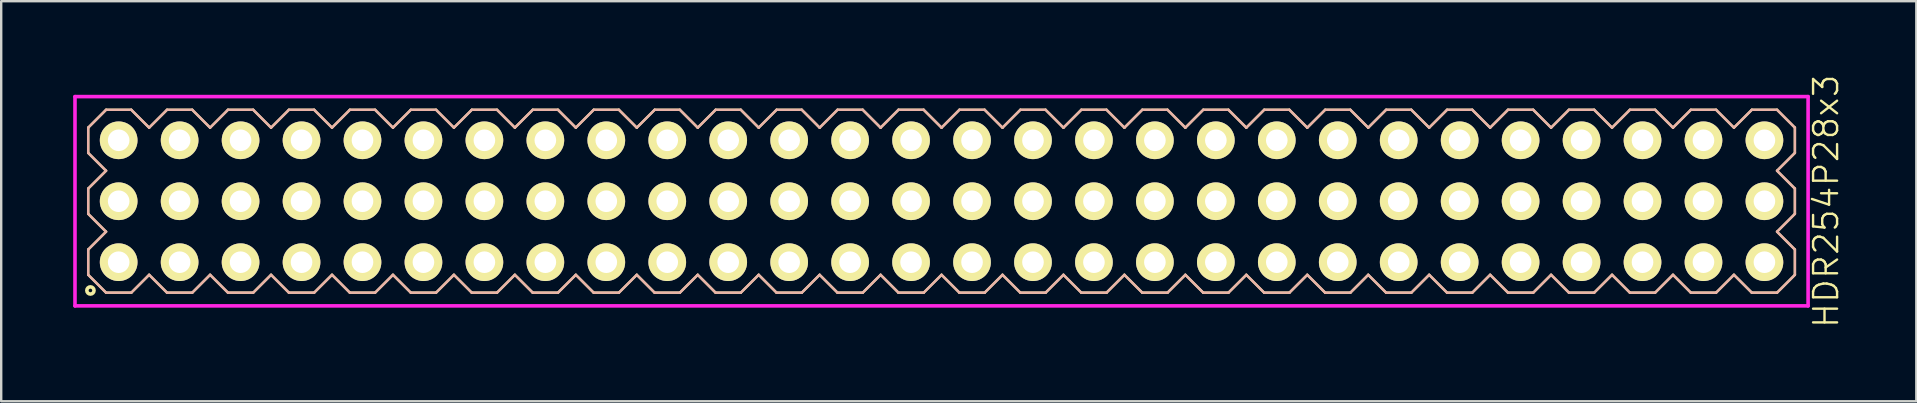
<source format=kicad_pcb>
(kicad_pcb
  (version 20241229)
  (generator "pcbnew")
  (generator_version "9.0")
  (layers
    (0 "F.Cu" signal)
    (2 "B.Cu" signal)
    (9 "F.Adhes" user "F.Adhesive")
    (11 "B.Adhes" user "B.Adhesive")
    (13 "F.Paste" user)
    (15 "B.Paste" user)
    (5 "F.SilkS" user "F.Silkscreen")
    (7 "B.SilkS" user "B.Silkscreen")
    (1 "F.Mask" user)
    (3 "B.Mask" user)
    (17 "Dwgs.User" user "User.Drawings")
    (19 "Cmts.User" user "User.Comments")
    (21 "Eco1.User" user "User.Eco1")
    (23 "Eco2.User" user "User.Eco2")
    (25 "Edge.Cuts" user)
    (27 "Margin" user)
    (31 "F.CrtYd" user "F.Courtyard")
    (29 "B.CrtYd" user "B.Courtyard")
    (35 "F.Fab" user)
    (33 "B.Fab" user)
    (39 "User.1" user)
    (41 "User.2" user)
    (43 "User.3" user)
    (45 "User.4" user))
  (footprint "HDR254P28x3"
    (layer "F.Cu")
    (at 36.185 5.336)
    (property "Reference" "HDR254P28x3" (at 36.86 0 90) (layer "F.SilkS") (effects (font (size 1 1) (thickness 0.1))))
    (attr through_hole)
    (fp_line (start -35.56 -3.066) (end -34.816 -3.81) (stroke (width 0.1) (type solid)) (layer "F.SilkS"))
    (fp_line (start -35.56 -2.014) (end -35.56 -3.066) (stroke (width 0.1) (type solid)) (layer "F.SilkS"))
    (fp_line (start -35.56 -0.526) (end -34.816 -1.27) (stroke (width 0.1) (type solid)) (layer "F.SilkS"))
    (fp_line (start -35.56 0.526) (end -35.56 -0.526) (stroke (width 0.1) (type solid)) (layer "F.SilkS"))
    (fp_line (start -35.56 2.014) (end -34.816 1.27) (stroke (width 0.1) (type solid)) (layer "F.SilkS"))
    (fp_line (start -35.56 3.066) (end -35.56 2.014) (stroke (width 0.1) (type solid)) (layer "F.SilkS"))
    (fp_line (start -34.816 -3.81) (end -33.764 -3.81) (stroke (width 0.1) (type solid)) (layer "F.SilkS"))
    (fp_line (start -34.816 -1.27) (end -35.56 -2.014) (stroke (width 0.1) (type solid)) (layer "F.SilkS"))
    (fp_line (start -34.816 1.27) (end -35.56 0.526) (stroke (width 0.1) (type solid)) (layer "F.SilkS"))
    (fp_line (start -34.816 3.81) (end -35.56 3.066) (stroke (width 0.1) (type solid)) (layer "F.SilkS"))
    (fp_line (start -33.764 -3.81) (end -33.02 -3.066) (stroke (width 0.1) (type solid)) (layer "F.SilkS"))
    (fp_line (start -33.764 3.81) (end -34.816 3.81) (stroke (width 0.1) (type solid)) (layer "F.SilkS"))
    (fp_line (start -33.02 -3.066) (end -32.276 -3.81) (stroke (width 0.1) (type solid)) (layer "F.SilkS"))
    (fp_line (start -33.02 3.066) (end -33.764 3.81) (stroke (width 0.1) (type solid)) (layer "F.SilkS"))
    (fp_line (start -32.276 -3.81) (end -31.224 -3.81) (stroke (width 0.1) (type solid)) (layer "F.SilkS"))
    (fp_line (start -32.276 3.81) (end -33.02 3.066) (stroke (width 0.1) (type solid)) (layer "F.SilkS"))
    (fp_line (start -31.224 -3.81) (end -30.48 -3.066) (stroke (width 0.1) (type solid)) (layer "F.SilkS"))
    (fp_line (start -31.224 3.81) (end -32.276 3.81) (stroke (width 0.1) (type solid)) (layer "F.SilkS"))
    (fp_line (start -30.48 -3.066) (end -29.736 -3.81) (stroke (width 0.1) (type solid)) (layer "F.SilkS"))
    (fp_line (start -30.48 3.066) (end -31.224 3.81) (stroke (width 0.1) (type solid)) (layer "F.SilkS"))
    (fp_line (start -29.736 -3.81) (end -28.684 -3.81) (stroke (width 0.1) (type solid)) (layer "F.SilkS"))
    (fp_line (start -29.736 3.81) (end -30.48 3.066) (stroke (width 0.1) (type solid)) (layer "F.SilkS"))
    (fp_line (start -28.684 -3.81) (end -27.94 -3.066) (stroke (width 0.1) (type solid)) (layer "F.SilkS"))
    (fp_line (start -28.684 3.81) (end -29.736 3.81) (stroke (width 0.1) (type solid)) (layer "F.SilkS"))
    (fp_line (start -27.94 -3.066) (end -27.196 -3.81) (stroke (width 0.1) (type solid)) (layer "F.SilkS"))
    (fp_line (start -27.94 3.066) (end -28.684 3.81) (stroke (width 0.1) (type solid)) (layer "F.SilkS"))
    (fp_line (start -27.196 -3.81) (end -26.144 -3.81) (stroke (width 0.1) (type solid)) (layer "F.SilkS"))
    (fp_line (start -27.196 3.81) (end -27.94 3.066) (stroke (width 0.1) (type solid)) (layer "F.SilkS"))
    (fp_line (start -26.144 -3.81) (end -25.4 -3.066) (stroke (width 0.1) (type solid)) (layer "F.SilkS"))
    (fp_line (start -26.144 3.81) (end -27.196 3.81) (stroke (width 0.1) (type solid)) (layer "F.SilkS"))
    (fp_line (start -25.4 -3.066) (end -24.656 -3.81) (stroke (width 0.1) (type solid)) (layer "F.SilkS"))
    (fp_line (start -25.4 3.066) (end -26.144 3.81) (stroke (width 0.1) (type solid)) (layer "F.SilkS"))
    (fp_line (start -24.656 -3.81) (end -23.604 -3.81) (stroke (width 0.1) (type solid)) (layer "F.SilkS"))
    (fp_line (start -24.656 3.81) (end -25.4 3.066) (stroke (width 0.1) (type solid)) (layer "F.SilkS"))
    (fp_line (start -23.604 -3.81) (end -22.86 -3.066) (stroke (width 0.1) (type solid)) (layer "F.SilkS"))
    (fp_line (start -23.604 3.81) (end -24.656 3.81) (stroke (width 0.1) (type solid)) (layer "F.SilkS"))
    (fp_line (start -22.86 -3.066) (end -22.116 -3.81) (stroke (width 0.1) (type solid)) (layer "F.SilkS"))
    (fp_line (start -22.86 3.066) (end -23.604 3.81) (stroke (width 0.1) (type solid)) (layer "F.SilkS"))
    (fp_line (start -22.116 -3.81) (end -21.064 -3.81) (stroke (width 0.1) (type solid)) (layer "F.SilkS"))
    (fp_line (start -22.116 3.81) (end -22.86 3.066) (stroke (width 0.1) (type solid)) (layer "F.SilkS"))
    (fp_line (start -21.064 -3.81) (end -20.32 -3.066) (stroke (width 0.1) (type solid)) (layer "F.SilkS"))
    (fp_line (start -21.064 3.81) (end -22.116 3.81) (stroke (width 0.1) (type solid)) (layer "F.SilkS"))
    (fp_line (start -20.32 -3.066) (end -19.576 -3.81) (stroke (width 0.1) (type solid)) (layer "F.SilkS"))
    (fp_line (start -20.32 3.066) (end -21.064 3.81) (stroke (width 0.1) (type solid)) (layer "F.SilkS"))
    (fp_line (start -19.576 -3.81) (end -18.524 -3.81) (stroke (width 0.1) (type solid)) (layer "F.SilkS"))
    (fp_line (start -19.576 3.81) (end -20.32 3.066) (stroke (width 0.1) (type solid)) (layer "F.SilkS"))
    (fp_line (start -18.524 -3.81) (end -17.78 -3.066) (stroke (width 0.1) (type solid)) (layer "F.SilkS"))
    (fp_line (start -18.524 3.81) (end -19.576 3.81) (stroke (width 0.1) (type solid)) (layer "F.SilkS"))
    (fp_line (start -17.78 -3.066) (end -17.036 -3.81) (stroke (width 0.1) (type solid)) (layer "F.SilkS"))
    (fp_line (start -17.78 3.066) (end -18.524 3.81) (stroke (width 0.1) (type solid)) (layer "F.SilkS"))
    (fp_line (start -17.036 -3.81) (end -15.984 -3.81) (stroke (width 0.1) (type solid)) (layer "F.SilkS"))
    (fp_line (start -17.036 3.81) (end -17.78 3.066) (stroke (width 0.1) (type solid)) (layer "F.SilkS"))
    (fp_line (start -15.984 -3.81) (end -15.24 -3.066) (stroke (width 0.1) (type solid)) (layer "F.SilkS"))
    (fp_line (start -15.984 3.81) (end -17.036 3.81) (stroke (width 0.1) (type solid)) (layer "F.SilkS"))
    (fp_line (start -15.24 -3.066) (end -14.496 -3.81) (stroke (width 0.1) (type solid)) (layer "F.SilkS"))
    (fp_line (start -15.24 3.066) (end -15.984 3.81) (stroke (width 0.1) (type solid)) (layer "F.SilkS"))
    (fp_line (start -14.496 -3.81) (end -13.444 -3.81) (stroke (width 0.1) (type solid)) (layer "F.SilkS"))
    (fp_line (start -14.496 3.81) (end -15.24 3.066) (stroke (width 0.1) (type solid)) (layer "F.SilkS"))
    (fp_line (start -13.444 -3.81) (end -12.7 -3.066) (stroke (width 0.1) (type solid)) (layer "F.SilkS"))
    (fp_line (start -13.444 3.81) (end -14.496 3.81) (stroke (width 0.1) (type solid)) (layer "F.SilkS"))
    (fp_line (start -12.7 -3.066) (end -11.956 -3.81) (stroke (width 0.1) (type solid)) (layer "F.SilkS"))
    (fp_line (start -12.7 3.066) (end -13.444 3.81) (stroke (width 0.1) (type solid)) (layer "F.SilkS"))
    (fp_line (start -11.956 -3.81) (end -10.904 -3.81) (stroke (width 0.1) (type solid)) (layer "F.SilkS"))
    (fp_line (start -11.956 3.81) (end -12.7 3.066) (stroke (width 0.1) (type solid)) (layer "F.SilkS"))
    (fp_line (start -10.904 -3.81) (end -10.16 -3.066) (stroke (width 0.1) (type solid)) (layer "F.SilkS"))
    (fp_line (start -10.904 3.81) (end -11.956 3.81) (stroke (width 0.1) (type solid)) (layer "F.SilkS"))
    (fp_line (start -10.16 -3.066) (end -9.416 -3.81) (stroke (width 0.1) (type solid)) (layer "F.SilkS"))
    (fp_line (start -10.16 3.066) (end -10.904 3.81) (stroke (width 0.1) (type solid)) (layer "F.SilkS"))
    (fp_line (start -9.416 -3.81) (end -8.364 -3.81) (stroke (width 0.1) (type solid)) (layer "F.SilkS"))
    (fp_line (start -9.416 3.81) (end -10.16 3.066) (stroke (width 0.1) (type solid)) (layer "F.SilkS"))
    (fp_line (start -8.364 -3.81) (end -7.62 -3.066) (stroke (width 0.1) (type solid)) (layer "F.SilkS"))
    (fp_line (start -8.364 3.81) (end -9.416 3.81) (stroke (width 0.1) (type solid)) (layer "F.SilkS"))
    (fp_line (start -7.62 -3.066) (end -6.876 -3.81) (stroke (width 0.1) (type solid)) (layer "F.SilkS"))
    (fp_line (start -7.62 3.066) (end -8.364 3.81) (stroke (width 0.1) (type solid)) (layer "F.SilkS"))
    (fp_line (start -6.876 -3.81) (end -5.824 -3.81) (stroke (width 0.1) (type solid)) (layer "F.SilkS"))
    (fp_line (start -6.876 3.81) (end -7.62 3.066) (stroke (width 0.1) (type solid)) (layer "F.SilkS"))
    (fp_line (start -5.824 -3.81) (end -5.08 -3.066) (stroke (width 0.1) (type solid)) (layer "F.SilkS"))
    (fp_line (start -5.824 3.81) (end -6.876 3.81) (stroke (width 0.1) (type solid)) (layer "F.SilkS"))
    (fp_line (start -5.08 -3.066) (end -4.336 -3.81) (stroke (width 0.1) (type solid)) (layer "F.SilkS"))
    (fp_line (start -5.08 3.066) (end -5.824 3.81) (stroke (width 0.1) (type solid)) (layer "F.SilkS"))
    (fp_line (start -4.336 -3.81) (end -3.284 -3.81) (stroke (width 0.1) (type solid)) (layer "F.SilkS"))
    (fp_line (start -4.336 3.81) (end -5.08 3.066) (stroke (width 0.1) (type solid)) (layer "F.SilkS"))
    (fp_line (start -3.284 -3.81) (end -2.54 -3.066) (stroke (width 0.1) (type solid)) (layer "F.SilkS"))
    (fp_line (start -3.284 3.81) (end -4.336 3.81) (stroke (width 0.1) (type solid)) (layer "F.SilkS"))
    (fp_line (start -2.54 -3.066) (end -1.796 -3.81) (stroke (width 0.1) (type solid)) (layer "F.SilkS"))
    (fp_line (start -2.54 3.066) (end -3.284 3.81) (stroke (width 0.1) (type solid)) (layer "F.SilkS"))
    (fp_line (start -1.796 -3.81) (end -0.744 -3.81) (stroke (width 0.1) (type solid)) (layer "F.SilkS"))
    (fp_line (start -1.796 3.81) (end -2.54 3.066) (stroke (width 0.1) (type solid)) (layer "F.SilkS"))
    (fp_line (start -0.744 -3.81) (end 0 -3.066) (stroke (width 0.1) (type solid)) (layer "F.SilkS"))
    (fp_line (start -0.744 3.81) (end -1.796 3.81) (stroke (width 0.1) (type solid)) (layer "F.SilkS"))
    (fp_line (start 0 -3.066) (end 0.744 -3.81) (stroke (width 0.1) (type solid)) (layer "F.SilkS"))
    (fp_line (start 0 3.066) (end -0.744 3.81) (stroke (width 0.1) (type solid)) (layer "F.SilkS"))
    (fp_line (start 0.744 -3.81) (end 1.796 -3.81) (stroke (width 0.1) (type solid)) (layer "F.SilkS"))
    (fp_line (start 0.744 3.81) (end 0 3.066) (stroke (width 0.1) (type solid)) (layer "F.SilkS"))
    (fp_line (start 1.796 -3.81) (end 2.54 -3.066) (stroke (width 0.1) (type solid)) (layer "F.SilkS"))
    (fp_line (start 1.796 3.81) (end 0.744 3.81) (stroke (width 0.1) (type solid)) (layer "F.SilkS"))
    (fp_line (start 2.54 -3.066) (end 3.284 -3.81) (stroke (width 0.1) (type solid)) (layer "F.SilkS"))
    (fp_line (start 2.54 3.066) (end 1.796 3.81) (stroke (width 0.1) (type solid)) (layer "F.SilkS"))
    (fp_line (start 3.284 -3.81) (end 4.336 -3.81) (stroke (width 0.1) (type solid)) (layer "F.SilkS"))
    (fp_line (start 3.284 3.81) (end 2.54 3.066) (stroke (width 0.1) (type solid)) (layer "F.SilkS"))
    (fp_line (start 4.336 -3.81) (end 5.08 -3.066) (stroke (width 0.1) (type solid)) (layer "F.SilkS"))
    (fp_line (start 4.336 3.81) (end 3.284 3.81) (stroke (width 0.1) (type solid)) (layer "F.SilkS"))
    (fp_line (start 5.08 -3.066) (end 5.824 -3.81) (stroke (width 0.1) (type solid)) (layer "F.SilkS"))
    (fp_line (start 5.08 3.066) (end 4.336 3.81) (stroke (width 0.1) (type solid)) (layer "F.SilkS"))
    (fp_line (start 5.824 -3.81) (end 6.876 -3.81) (stroke (width 0.1) (type solid)) (layer "F.SilkS"))
    (fp_line (start 5.824 3.81) (end 5.08 3.066) (stroke (width 0.1) (type solid)) (layer "F.SilkS"))
    (fp_line (start 6.876 -3.81) (end 7.62 -3.066) (stroke (width 0.1) (type solid)) (layer "F.SilkS"))
    (fp_line (start 6.876 3.81) (end 5.824 3.81) (stroke (width 0.1) (type solid)) (layer "F.SilkS"))
    (fp_line (start 7.62 -3.066) (end 8.364 -3.81) (stroke (width 0.1) (type solid)) (layer "F.SilkS"))
    (fp_line (start 7.62 3.066) (end 6.876 3.81) (stroke (width 0.1) (type solid)) (layer "F.SilkS"))
    (fp_line (start 8.364 -3.81) (end 9.416 -3.81) (stroke (width 0.1) (type solid)) (layer "F.SilkS"))
    (fp_line (start 8.364 3.81) (end 7.62 3.066) (stroke (width 0.1) (type solid)) (layer "F.SilkS"))
    (fp_line (start 9.416 -3.81) (end 10.16 -3.066) (stroke (width 0.1) (type solid)) (layer "F.SilkS"))
    (fp_line (start 9.416 3.81) (end 8.364 3.81) (stroke (width 0.1) (type solid)) (layer "F.SilkS"))
    (fp_line (start 10.16 -3.066) (end 10.904 -3.81) (stroke (width 0.1) (type solid)) (layer "F.SilkS"))
    (fp_line (start 10.16 3.066) (end 9.416 3.81) (stroke (width 0.1) (type solid)) (layer "F.SilkS"))
    (fp_line (start 10.904 -3.81) (end 11.956 -3.81) (stroke (width 0.1) (type solid)) (layer "F.SilkS"))
    (fp_line (start 10.904 3.81) (end 10.16 3.066) (stroke (width 0.1) (type solid)) (layer "F.SilkS"))
    (fp_line (start 11.956 -3.81) (end 12.7 -3.066) (stroke (width 0.1) (type solid)) (layer "F.SilkS"))
    (fp_line (start 11.956 3.81) (end 10.904 3.81) (stroke (width 0.1) (type solid)) (layer "F.SilkS"))
    (fp_line (start 12.7 -3.066) (end 13.444 -3.81) (stroke (width 0.1) (type solid)) (layer "F.SilkS"))
    (fp_line (start 12.7 3.066) (end 11.956 3.81) (stroke (width 0.1) (type solid)) (layer "F.SilkS"))
    (fp_line (start 13.444 -3.81) (end 14.496 -3.81) (stroke (width 0.1) (type solid)) (layer "F.SilkS"))
    (fp_line (start 13.444 3.81) (end 12.7 3.066) (stroke (width 0.1) (type solid)) (layer "F.SilkS"))
    (fp_line (start 14.496 -3.81) (end 15.24 -3.066) (stroke (width 0.1) (type solid)) (layer "F.SilkS"))
    (fp_line (start 14.496 3.81) (end 13.444 3.81) (stroke (width 0.1) (type solid)) (layer "F.SilkS"))
    (fp_line (start 15.24 -3.066) (end 15.984 -3.81) (stroke (width 0.1) (type solid)) (layer "F.SilkS"))
    (fp_line (start 15.24 3.066) (end 14.496 3.81) (stroke (width 0.1) (type solid)) (layer "F.SilkS"))
    (fp_line (start 15.984 -3.81) (end 17.036 -3.81) (stroke (width 0.1) (type solid)) (layer "F.SilkS"))
    (fp_line (start 15.984 3.81) (end 15.24 3.066) (stroke (width 0.1) (type solid)) (layer "F.SilkS"))
    (fp_line (start 17.036 -3.81) (end 17.78 -3.066) (stroke (width 0.1) (type solid)) (layer "F.SilkS"))
    (fp_line (start 17.036 3.81) (end 15.984 3.81) (stroke (width 0.1) (type solid)) (layer "F.SilkS"))
    (fp_line (start 17.78 -3.066) (end 18.524 -3.81) (stroke (width 0.1) (type solid)) (layer "F.SilkS"))
    (fp_line (start 17.78 3.066) (end 17.036 3.81) (stroke (width 0.1) (type solid)) (layer "F.SilkS"))
    (fp_line (start 18.524 -3.81) (end 19.576 -3.81) (stroke (width 0.1) (type solid)) (layer "F.SilkS"))
    (fp_line (start 18.524 3.81) (end 17.78 3.066) (stroke (width 0.1) (type solid)) (layer "F.SilkS"))
    (fp_line (start 19.576 -3.81) (end 20.32 -3.066) (stroke (width 0.1) (type solid)) (layer "F.SilkS"))
    (fp_line (start 19.576 3.81) (end 18.524 3.81) (stroke (width 0.1) (type solid)) (layer "F.SilkS"))
    (fp_line (start 20.32 -3.066) (end 21.064 -3.81) (stroke (width 0.1) (type solid)) (layer "F.SilkS"))
    (fp_line (start 20.32 3.066) (end 19.576 3.81) (stroke (width 0.1) (type solid)) (layer "F.SilkS"))
    (fp_line (start 21.064 -3.81) (end 22.116 -3.81) (stroke (width 0.1) (type solid)) (layer "F.SilkS"))
    (fp_line (start 21.064 3.81) (end 20.32 3.066) (stroke (width 0.1) (type solid)) (layer "F.SilkS"))
    (fp_line (start 22.116 -3.81) (end 22.86 -3.066) (stroke (width 0.1) (type solid)) (layer "F.SilkS"))
    (fp_line (start 22.116 3.81) (end 21.064 3.81) (stroke (width 0.1) (type solid)) (layer "F.SilkS"))
    (fp_line (start 22.86 -3.066) (end 23.604 -3.81) (stroke (width 0.1) (type solid)) (layer "F.SilkS"))
    (fp_line (start 22.86 3.066) (end 22.116 3.81) (stroke (width 0.1) (type solid)) (layer "F.SilkS"))
    (fp_line (start 23.604 -3.81) (end 24.656 -3.81) (stroke (width 0.1) (type solid)) (layer "F.SilkS"))
    (fp_line (start 23.604 3.81) (end 22.86 3.066) (stroke (width 0.1) (type solid)) (layer "F.SilkS"))
    (fp_line (start 24.656 -3.81) (end 25.4 -3.066) (stroke (width 0.1) (type solid)) (layer "F.SilkS"))
    (fp_line (start 24.656 3.81) (end 23.604 3.81) (stroke (width 0.1) (type solid)) (layer "F.SilkS"))
    (fp_line (start 25.4 -3.066) (end 26.144 -3.81) (stroke (width 0.1) (type solid)) (layer "F.SilkS"))
    (fp_line (start 25.4 3.066) (end 24.656 3.81) (stroke (width 0.1) (type solid)) (layer "F.SilkS"))
    (fp_line (start 26.144 -3.81) (end 27.196 -3.81) (stroke (width 0.1) (type solid)) (layer "F.SilkS"))
    (fp_line (start 26.144 3.81) (end 25.4 3.066) (stroke (width 0.1) (type solid)) (layer "F.SilkS"))
    (fp_line (start 27.196 -3.81) (end 27.94 -3.066) (stroke (width 0.1) (type solid)) (layer "F.SilkS"))
    (fp_line (start 27.196 3.81) (end 26.144 3.81) (stroke (width 0.1) (type solid)) (layer "F.SilkS"))
    (fp_line (start 27.94 -3.066) (end 28.684 -3.81) (stroke (width 0.1) (type solid)) (layer "F.SilkS"))
    (fp_line (start 27.94 3.066) (end 27.196 3.81) (stroke (width 0.1) (type solid)) (layer "F.SilkS"))
    (fp_line (start 28.684 -3.81) (end 29.736 -3.81) (stroke (width 0.1) (type solid)) (layer "F.SilkS"))
    (fp_line (start 28.684 3.81) (end 27.94 3.066) (stroke (width 0.1) (type solid)) (layer "F.SilkS"))
    (fp_line (start 29.736 -3.81) (end 30.48 -3.066) (stroke (width 0.1) (type solid)) (layer "F.SilkS"))
    (fp_line (start 29.736 3.81) (end 28.684 3.81) (stroke (width 0.1) (type solid)) (layer "F.SilkS"))
    (fp_line (start 30.48 -3.066) (end 31.224 -3.81) (stroke (width 0.1) (type solid)) (layer "F.SilkS"))
    (fp_line (start 30.48 3.066) (end 29.736 3.81) (stroke (width 0.1) (type solid)) (layer "F.SilkS"))
    (fp_line (start 31.224 -3.81) (end 32.276 -3.81) (stroke (width 0.1) (type solid)) (layer "F.SilkS"))
    (fp_line (start 31.224 3.81) (end 30.48 3.066) (stroke (width 0.1) (type solid)) (layer "F.SilkS"))
    (fp_line (start 32.276 -3.81) (end 33.02 -3.066) (stroke (width 0.1) (type solid)) (layer "F.SilkS"))
    (fp_line (start 32.276 3.81) (end 31.224 3.81) (stroke (width 0.1) (type solid)) (layer "F.SilkS"))
    (fp_line (start 33.02 -3.066) (end 33.764 -3.81) (stroke (width 0.1) (type solid)) (layer "F.SilkS"))
    (fp_line (start 33.02 3.066) (end 32.276 3.81) (stroke (width 0.1) (type solid)) (layer "F.SilkS"))
    (fp_line (start 33.764 -3.81) (end 34.816 -3.81) (stroke (width 0.1) (type solid)) (layer "F.SilkS"))
    (fp_line (start 33.764 3.81) (end 33.02 3.066) (stroke (width 0.1) (type solid)) (layer "F.SilkS"))
    (fp_line (start 34.816 -3.81) (end 35.56 -3.066) (stroke (width 0.1) (type solid)) (layer "F.SilkS"))
    (fp_line (start 34.816 -1.27) (end 35.56 -0.526) (stroke (width 0.1) (type solid)) (layer "F.SilkS"))
    (fp_line (start 34.816 1.27) (end 35.56 2.014) (stroke (width 0.1) (type solid)) (layer "F.SilkS"))
    (fp_line (start 34.816 3.81) (end 33.764 3.81) (stroke (width 0.1) (type solid)) (layer "F.SilkS"))
    (fp_line (start 35.56 -3.066) (end 35.56 -2.014) (stroke (width 0.1) (type solid)) (layer "F.SilkS"))
    (fp_line (start 35.56 -2.014) (end 34.816 -1.27) (stroke (width 0.1) (type solid)) (layer "F.SilkS"))
    (fp_line (start 35.56 -0.526) (end 35.56 0.526) (stroke (width 0.1) (type solid)) (layer "F.SilkS"))
    (fp_line (start 35.56 0.526) (end 34.816 1.27) (stroke (width 0.1) (type solid)) (layer "F.SilkS"))
    (fp_line (start 35.56 2.014) (end 35.56 3.066) (stroke (width 0.1) (type solid)) (layer "F.SilkS"))
    (fp_line (start 35.56 3.066) (end 34.816 3.81) (stroke (width 0.1) (type solid)) (layer "F.SilkS"))
    (fp_circle (center -35.467 3.718) (end -35.317 3.718) (stroke (width 0.15) (type solid)) (fill no) (layer "F.SilkS"))
    (fp_line (start -35.56 -3.066) (end -34.816 -3.81) (stroke (width 0.1) (type solid)) (layer "B.SilkS"))
    (fp_line (start -35.56 -2.014) (end -35.56 -3.066) (stroke (width 0.1) (type solid)) (layer "B.SilkS"))
    (fp_line (start -35.56 -0.526) (end -34.816 -1.27) (stroke (width 0.1) (type solid)) (layer "B.SilkS"))
    (fp_line (start -35.56 0.526) (end -35.56 -0.526) (stroke (width 0.1) (type solid)) (layer "B.SilkS"))
    (fp_line (start -35.56 2.014) (end -34.816 1.27) (stroke (width 0.1) (type solid)) (layer "B.SilkS"))
    (fp_line (start -35.56 3.066) (end -35.56 2.014) (stroke (width 0.1) (type solid)) (layer "B.SilkS"))
    (fp_line (start -34.816 -3.81) (end -33.764 -3.81) (stroke (width 0.1) (type solid)) (layer "B.SilkS"))
    (fp_line (start -34.816 -1.27) (end -35.56 -2.014) (stroke (width 0.1) (type solid)) (layer "B.SilkS"))
    (fp_line (start -34.816 1.27) (end -35.56 0.526) (stroke (width 0.1) (type solid)) (layer "B.SilkS"))
    (fp_line (start -34.816 3.81) (end -35.56 3.066) (stroke (width 0.1) (type solid)) (layer "B.SilkS"))
    (fp_line (start -33.764 -3.81) (end -33.02 -3.066) (stroke (width 0.1) (type solid)) (layer "B.SilkS"))
    (fp_line (start -33.764 3.81) (end -34.816 3.81) (stroke (width 0.1) (type solid)) (layer "B.SilkS"))
    (fp_line (start -33.02 -3.066) (end -32.276 -3.81) (stroke (width 0.1) (type solid)) (layer "B.SilkS"))
    (fp_line (start -33.02 3.066) (end -33.764 3.81) (stroke (width 0.1) (type solid)) (layer "B.SilkS"))
    (fp_line (start -32.276 -3.81) (end -31.224 -3.81) (stroke (width 0.1) (type solid)) (layer "B.SilkS"))
    (fp_line (start -32.276 3.81) (end -33.02 3.066) (stroke (width 0.1) (type solid)) (layer "B.SilkS"))
    (fp_line (start -31.224 -3.81) (end -30.48 -3.066) (stroke (width 0.1) (type solid)) (layer "B.SilkS"))
    (fp_line (start -31.224 3.81) (end -32.276 3.81) (stroke (width 0.1) (type solid)) (layer "B.SilkS"))
    (fp_line (start -30.48 -3.066) (end -29.736 -3.81) (stroke (width 0.1) (type solid)) (layer "B.SilkS"))
    (fp_line (start -30.48 3.066) (end -31.224 3.81) (stroke (width 0.1) (type solid)) (layer "B.SilkS"))
    (fp_line (start -29.736 -3.81) (end -28.684 -3.81) (stroke (width 0.1) (type solid)) (layer "B.SilkS"))
    (fp_line (start -29.736 3.81) (end -30.48 3.066) (stroke (width 0.1) (type solid)) (layer "B.SilkS"))
    (fp_line (start -28.684 -3.81) (end -27.94 -3.066) (stroke (width 0.1) (type solid)) (layer "B.SilkS"))
    (fp_line (start -28.684 3.81) (end -29.736 3.81) (stroke (width 0.1) (type solid)) (layer "B.SilkS"))
    (fp_line (start -27.94 -3.066) (end -27.196 -3.81) (stroke (width 0.1) (type solid)) (layer "B.SilkS"))
    (fp_line (start -27.94 3.066) (end -28.684 3.81) (stroke (width 0.1) (type solid)) (layer "B.SilkS"))
    (fp_line (start -27.196 -3.81) (end -26.144 -3.81) (stroke (width 0.1) (type solid)) (layer "B.SilkS"))
    (fp_line (start -27.196 3.81) (end -27.94 3.066) (stroke (width 0.1) (type solid)) (layer "B.SilkS"))
    (fp_line (start -26.144 -3.81) (end -25.4 -3.066) (stroke (width 0.1) (type solid)) (layer "B.SilkS"))
    (fp_line (start -26.144 3.81) (end -27.196 3.81) (stroke (width 0.1) (type solid)) (layer "B.SilkS"))
    (fp_line (start -25.4 -3.066) (end -24.656 -3.81) (stroke (width 0.1) (type solid)) (layer "B.SilkS"))
    (fp_line (start -25.4 3.066) (end -26.144 3.81) (stroke (width 0.1) (type solid)) (layer "B.SilkS"))
    (fp_line (start -24.656 -3.81) (end -23.604 -3.81) (stroke (width 0.1) (type solid)) (layer "B.SilkS"))
    (fp_line (start -24.656 3.81) (end -25.4 3.066) (stroke (width 0.1) (type solid)) (layer "B.SilkS"))
    (fp_line (start -23.604 -3.81) (end -22.86 -3.066) (stroke (width 0.1) (type solid)) (layer "B.SilkS"))
    (fp_line (start -23.604 3.81) (end -24.656 3.81) (stroke (width 0.1) (type solid)) (layer "B.SilkS"))
    (fp_line (start -22.86 -3.066) (end -22.116 -3.81) (stroke (width 0.1) (type solid)) (layer "B.SilkS"))
    (fp_line (start -22.86 3.066) (end -23.604 3.81) (stroke (width 0.1) (type solid)) (layer "B.SilkS"))
    (fp_line (start -22.116 -3.81) (end -21.064 -3.81) (stroke (width 0.1) (type solid)) (layer "B.SilkS"))
    (fp_line (start -22.116 3.81) (end -22.86 3.066) (stroke (width 0.1) (type solid)) (layer "B.SilkS"))
    (fp_line (start -21.064 -3.81) (end -20.32 -3.066) (stroke (width 0.1) (type solid)) (layer "B.SilkS"))
    (fp_line (start -21.064 3.81) (end -22.116 3.81) (stroke (width 0.1) (type solid)) (layer "B.SilkS"))
    (fp_line (start -20.32 -3.066) (end -19.576 -3.81) (stroke (width 0.1) (type solid)) (layer "B.SilkS"))
    (fp_line (start -20.32 3.066) (end -21.064 3.81) (stroke (width 0.1) (type solid)) (layer "B.SilkS"))
    (fp_line (start -19.576 -3.81) (end -18.524 -3.81) (stroke (width 0.1) (type solid)) (layer "B.SilkS"))
    (fp_line (start -19.576 3.81) (end -20.32 3.066) (stroke (width 0.1) (type solid)) (layer "B.SilkS"))
    (fp_line (start -18.524 -3.81) (end -17.78 -3.066) (stroke (width 0.1) (type solid)) (layer "B.SilkS"))
    (fp_line (start -18.524 3.81) (end -19.576 3.81) (stroke (width 0.1) (type solid)) (layer "B.SilkS"))
    (fp_line (start -17.78 -3.066) (end -17.036 -3.81) (stroke (width 0.1) (type solid)) (layer "B.SilkS"))
    (fp_line (start -17.78 3.066) (end -18.524 3.81) (stroke (width 0.1) (type solid)) (layer "B.SilkS"))
    (fp_line (start -17.036 -3.81) (end -15.984 -3.81) (stroke (width 0.1) (type solid)) (layer "B.SilkS"))
    (fp_line (start -17.036 3.81) (end -17.78 3.066) (stroke (width 0.1) (type solid)) (layer "B.SilkS"))
    (fp_line (start -15.984 -3.81) (end -15.24 -3.066) (stroke (width 0.1) (type solid)) (layer "B.SilkS"))
    (fp_line (start -15.984 3.81) (end -17.036 3.81) (stroke (width 0.1) (type solid)) (layer "B.SilkS"))
    (fp_line (start -15.24 -3.066) (end -14.496 -3.81) (stroke (width 0.1) (type solid)) (layer "B.SilkS"))
    (fp_line (start -15.24 3.066) (end -15.984 3.81) (stroke (width 0.1) (type solid)) (layer "B.SilkS"))
    (fp_line (start -14.496 -3.81) (end -13.444 -3.81) (stroke (width 0.1) (type solid)) (layer "B.SilkS"))
    (fp_line (start -14.496 3.81) (end -15.24 3.066) (stroke (width 0.1) (type solid)) (layer "B.SilkS"))
    (fp_line (start -13.444 -3.81) (end -12.7 -3.066) (stroke (width 0.1) (type solid)) (layer "B.SilkS"))
    (fp_line (start -13.444 3.81) (end -14.496 3.81) (stroke (width 0.1) (type solid)) (layer "B.SilkS"))
    (fp_line (start -12.7 -3.066) (end -11.956 -3.81) (stroke (width 0.1) (type solid)) (layer "B.SilkS"))
    (fp_line (start -12.7 3.066) (end -13.444 3.81) (stroke (width 0.1) (type solid)) (layer "B.SilkS"))
    (fp_line (start -11.956 -3.81) (end -10.904 -3.81) (stroke (width 0.1) (type solid)) (layer "B.SilkS"))
    (fp_line (start -11.956 3.81) (end -12.7 3.066) (stroke (width 0.1) (type solid)) (layer "B.SilkS"))
    (fp_line (start -10.904 -3.81) (end -10.16 -3.066) (stroke (width 0.1) (type solid)) (layer "B.SilkS"))
    (fp_line (start -10.904 3.81) (end -11.956 3.81) (stroke (width 0.1) (type solid)) (layer "B.SilkS"))
    (fp_line (start -10.16 -3.066) (end -9.416 -3.81) (stroke (width 0.1) (type solid)) (layer "B.SilkS"))
    (fp_line (start -10.16 3.066) (end -10.904 3.81) (stroke (width 0.1) (type solid)) (layer "B.SilkS"))
    (fp_line (start -9.416 -3.81) (end -8.364 -3.81) (stroke (width 0.1) (type solid)) (layer "B.SilkS"))
    (fp_line (start -9.416 3.81) (end -10.16 3.066) (stroke (width 0.1) (type solid)) (layer "B.SilkS"))
    (fp_line (start -8.364 -3.81) (end -7.62 -3.066) (stroke (width 0.1) (type solid)) (layer "B.SilkS"))
    (fp_line (start -8.364 3.81) (end -9.416 3.81) (stroke (width 0.1) (type solid)) (layer "B.SilkS"))
    (fp_line (start -7.62 -3.066) (end -6.876 -3.81) (stroke (width 0.1) (type solid)) (layer "B.SilkS"))
    (fp_line (start -7.62 3.066) (end -8.364 3.81) (stroke (width 0.1) (type solid)) (layer "B.SilkS"))
    (fp_line (start -6.876 -3.81) (end -5.824 -3.81) (stroke (width 0.1) (type solid)) (layer "B.SilkS"))
    (fp_line (start -6.876 3.81) (end -7.62 3.066) (stroke (width 0.1) (type solid)) (layer "B.SilkS"))
    (fp_line (start -5.824 -3.81) (end -5.08 -3.066) (stroke (width 0.1) (type solid)) (layer "B.SilkS"))
    (fp_line (start -5.824 3.81) (end -6.876 3.81) (stroke (width 0.1) (type solid)) (layer "B.SilkS"))
    (fp_line (start -5.08 -3.066) (end -4.336 -3.81) (stroke (width 0.1) (type solid)) (layer "B.SilkS"))
    (fp_line (start -5.08 3.066) (end -5.824 3.81) (stroke (width 0.1) (type solid)) (layer "B.SilkS"))
    (fp_line (start -4.336 -3.81) (end -3.284 -3.81) (stroke (width 0.1) (type solid)) (layer "B.SilkS"))
    (fp_line (start -4.336 3.81) (end -5.08 3.066) (stroke (width 0.1) (type solid)) (layer "B.SilkS"))
    (fp_line (start -3.284 -3.81) (end -2.54 -3.066) (stroke (width 0.1) (type solid)) (layer "B.SilkS"))
    (fp_line (start -3.284 3.81) (end -4.336 3.81) (stroke (width 0.1) (type solid)) (layer "B.SilkS"))
    (fp_line (start -2.54 -3.066) (end -1.796 -3.81) (stroke (width 0.1) (type solid)) (layer "B.SilkS"))
    (fp_line (start -2.54 3.066) (end -3.284 3.81) (stroke (width 0.1) (type solid)) (layer "B.SilkS"))
    (fp_line (start -1.796 -3.81) (end -0.744 -3.81) (stroke (width 0.1) (type solid)) (layer "B.SilkS"))
    (fp_line (start -1.796 3.81) (end -2.54 3.066) (stroke (width 0.1) (type solid)) (layer "B.SilkS"))
    (fp_line (start -0.744 -3.81) (end 0 -3.066) (stroke (width 0.1) (type solid)) (layer "B.SilkS"))
    (fp_line (start -0.744 3.81) (end -1.796 3.81) (stroke (width 0.1) (type solid)) (layer "B.SilkS"))
    (fp_line (start 0 -3.066) (end 0.744 -3.81) (stroke (width 0.1) (type solid)) (layer "B.SilkS"))
    (fp_line (start 0 3.066) (end -0.744 3.81) (stroke (width 0.1) (type solid)) (layer "B.SilkS"))
    (fp_line (start 0.744 -3.81) (end 1.796 -3.81) (stroke (width 0.1) (type solid)) (layer "B.SilkS"))
    (fp_line (start 0.744 3.81) (end 0 3.066) (stroke (width 0.1) (type solid)) (layer "B.SilkS"))
    (fp_line (start 1.796 -3.81) (end 2.54 -3.066) (stroke (width 0.1) (type solid)) (layer "B.SilkS"))
    (fp_line (start 1.796 3.81) (end 0.744 3.81) (stroke (width 0.1) (type solid)) (layer "B.SilkS"))
    (fp_line (start 2.54 -3.066) (end 3.284 -3.81) (stroke (width 0.1) (type solid)) (layer "B.SilkS"))
    (fp_line (start 2.54 3.066) (end 1.796 3.81) (stroke (width 0.1) (type solid)) (layer "B.SilkS"))
    (fp_line (start 3.284 -3.81) (end 4.336 -3.81) (stroke (width 0.1) (type solid)) (layer "B.SilkS"))
    (fp_line (start 3.284 3.81) (end 2.54 3.066) (stroke (width 0.1) (type solid)) (layer "B.SilkS"))
    (fp_line (start 4.336 -3.81) (end 5.08 -3.066) (stroke (width 0.1) (type solid)) (layer "B.SilkS"))
    (fp_line (start 4.336 3.81) (end 3.284 3.81) (stroke (width 0.1) (type solid)) (layer "B.SilkS"))
    (fp_line (start 5.08 -3.066) (end 5.824 -3.81) (stroke (width 0.1) (type solid)) (layer "B.SilkS"))
    (fp_line (start 5.08 3.066) (end 4.336 3.81) (stroke (width 0.1) (type solid)) (layer "B.SilkS"))
    (fp_line (start 5.824 -3.81) (end 6.876 -3.81) (stroke (width 0.1) (type solid)) (layer "B.SilkS"))
    (fp_line (start 5.824 3.81) (end 5.08 3.066) (stroke (width 0.1) (type solid)) (layer "B.SilkS"))
    (fp_line (start 6.876 -3.81) (end 7.62 -3.066) (stroke (width 0.1) (type solid)) (layer "B.SilkS"))
    (fp_line (start 6.876 3.81) (end 5.824 3.81) (stroke (width 0.1) (type solid)) (layer "B.SilkS"))
    (fp_line (start 7.62 -3.066) (end 8.364 -3.81) (stroke (width 0.1) (type solid)) (layer "B.SilkS"))
    (fp_line (start 7.62 3.066) (end 6.876 3.81) (stroke (width 0.1) (type solid)) (layer "B.SilkS"))
    (fp_line (start 8.364 -3.81) (end 9.416 -3.81) (stroke (width 0.1) (type solid)) (layer "B.SilkS"))
    (fp_line (start 8.364 3.81) (end 7.62 3.066) (stroke (width 0.1) (type solid)) (layer "B.SilkS"))
    (fp_line (start 9.416 -3.81) (end 10.16 -3.066) (stroke (width 0.1) (type solid)) (layer "B.SilkS"))
    (fp_line (start 9.416 3.81) (end 8.364 3.81) (stroke (width 0.1) (type solid)) (layer "B.SilkS"))
    (fp_line (start 10.16 -3.066) (end 10.904 -3.81) (stroke (width 0.1) (type solid)) (layer "B.SilkS"))
    (fp_line (start 10.16 3.066) (end 9.416 3.81) (stroke (width 0.1) (type solid)) (layer "B.SilkS"))
    (fp_line (start 10.904 -3.81) (end 11.956 -3.81) (stroke (width 0.1) (type solid)) (layer "B.SilkS"))
    (fp_line (start 10.904 3.81) (end 10.16 3.066) (stroke (width 0.1) (type solid)) (layer "B.SilkS"))
    (fp_line (start 11.956 -3.81) (end 12.7 -3.066) (stroke (width 0.1) (type solid)) (layer "B.SilkS"))
    (fp_line (start 11.956 3.81) (end 10.904 3.81) (stroke (width 0.1) (type solid)) (layer "B.SilkS"))
    (fp_line (start 12.7 -3.066) (end 13.444 -3.81) (stroke (width 0.1) (type solid)) (layer "B.SilkS"))
    (fp_line (start 12.7 3.066) (end 11.956 3.81) (stroke (width 0.1) (type solid)) (layer "B.SilkS"))
    (fp_line (start 13.444 -3.81) (end 14.496 -3.81) (stroke (width 0.1) (type solid)) (layer "B.SilkS"))
    (fp_line (start 13.444 3.81) (end 12.7 3.066) (stroke (width 0.1) (type solid)) (layer "B.SilkS"))
    (fp_line (start 14.496 -3.81) (end 15.24 -3.066) (stroke (width 0.1) (type solid)) (layer "B.SilkS"))
    (fp_line (start 14.496 3.81) (end 13.444 3.81) (stroke (width 0.1) (type solid)) (layer "B.SilkS"))
    (fp_line (start 15.24 -3.066) (end 15.984 -3.81) (stroke (width 0.1) (type solid)) (layer "B.SilkS"))
    (fp_line (start 15.24 3.066) (end 14.496 3.81) (stroke (width 0.1) (type solid)) (layer "B.SilkS"))
    (fp_line (start 15.984 -3.81) (end 17.036 -3.81) (stroke (width 0.1) (type solid)) (layer "B.SilkS"))
    (fp_line (start 15.984 3.81) (end 15.24 3.066) (stroke (width 0.1) (type solid)) (layer "B.SilkS"))
    (fp_line (start 17.036 -3.81) (end 17.78 -3.066) (stroke (width 0.1) (type solid)) (layer "B.SilkS"))
    (fp_line (start 17.036 3.81) (end 15.984 3.81) (stroke (width 0.1) (type solid)) (layer "B.SilkS"))
    (fp_line (start 17.78 -3.066) (end 18.524 -3.81) (stroke (width 0.1) (type solid)) (layer "B.SilkS"))
    (fp_line (start 17.78 3.066) (end 17.036 3.81) (stroke (width 0.1) (type solid)) (layer "B.SilkS"))
    (fp_line (start 18.524 -3.81) (end 19.576 -3.81) (stroke (width 0.1) (type solid)) (layer "B.SilkS"))
    (fp_line (start 18.524 3.81) (end 17.78 3.066) (stroke (width 0.1) (type solid)) (layer "B.SilkS"))
    (fp_line (start 19.576 -3.81) (end 20.32 -3.066) (stroke (width 0.1) (type solid)) (layer "B.SilkS"))
    (fp_line (start 19.576 3.81) (end 18.524 3.81) (stroke (width 0.1) (type solid)) (layer "B.SilkS"))
    (fp_line (start 20.32 -3.066) (end 21.064 -3.81) (stroke (width 0.1) (type solid)) (layer "B.SilkS"))
    (fp_line (start 20.32 3.066) (end 19.576 3.81) (stroke (width 0.1) (type solid)) (layer "B.SilkS"))
    (fp_line (start 21.064 -3.81) (end 22.116 -3.81) (stroke (width 0.1) (type solid)) (layer "B.SilkS"))
    (fp_line (start 21.064 3.81) (end 20.32 3.066) (stroke (width 0.1) (type solid)) (layer "B.SilkS"))
    (fp_line (start 22.116 -3.81) (end 22.86 -3.066) (stroke (width 0.1) (type solid)) (layer "B.SilkS"))
    (fp_line (start 22.116 3.81) (end 21.064 3.81) (stroke (width 0.1) (type solid)) (layer "B.SilkS"))
    (fp_line (start 22.86 -3.066) (end 23.604 -3.81) (stroke (width 0.1) (type solid)) (layer "B.SilkS"))
    (fp_line (start 22.86 3.066) (end 22.116 3.81) (stroke (width 0.1) (type solid)) (layer "B.SilkS"))
    (fp_line (start 23.604 -3.81) (end 24.656 -3.81) (stroke (width 0.1) (type solid)) (layer "B.SilkS"))
    (fp_line (start 23.604 3.81) (end 22.86 3.066) (stroke (width 0.1) (type solid)) (layer "B.SilkS"))
    (fp_line (start 24.656 -3.81) (end 25.4 -3.066) (stroke (width 0.1) (type solid)) (layer "B.SilkS"))
    (fp_line (start 24.656 3.81) (end 23.604 3.81) (stroke (width 0.1) (type solid)) (layer "B.SilkS"))
    (fp_line (start 25.4 -3.066) (end 26.144 -3.81) (stroke (width 0.1) (type solid)) (layer "B.SilkS"))
    (fp_line (start 25.4 3.066) (end 24.656 3.81) (stroke (width 0.1) (type solid)) (layer "B.SilkS"))
    (fp_line (start 26.144 -3.81) (end 27.196 -3.81) (stroke (width 0.1) (type solid)) (layer "B.SilkS"))
    (fp_line (start 26.144 3.81) (end 25.4 3.066) (stroke (width 0.1) (type solid)) (layer "B.SilkS"))
    (fp_line (start 27.196 -3.81) (end 27.94 -3.066) (stroke (width 0.1) (type solid)) (layer "B.SilkS"))
    (fp_line (start 27.196 3.81) (end 26.144 3.81) (stroke (width 0.1) (type solid)) (layer "B.SilkS"))
    (fp_line (start 27.94 -3.066) (end 28.684 -3.81) (stroke (width 0.1) (type solid)) (layer "B.SilkS"))
    (fp_line (start 27.94 3.066) (end 27.196 3.81) (stroke (width 0.1) (type solid)) (layer "B.SilkS"))
    (fp_line (start 28.684 -3.81) (end 29.736 -3.81) (stroke (width 0.1) (type solid)) (layer "B.SilkS"))
    (fp_line (start 28.684 3.81) (end 27.94 3.066) (stroke (width 0.1) (type solid)) (layer "B.SilkS"))
    (fp_line (start 29.736 -3.81) (end 30.48 -3.066) (stroke (width 0.1) (type solid)) (layer "B.SilkS"))
    (fp_line (start 29.736 3.81) (end 28.684 3.81) (stroke (width 0.1) (type solid)) (layer "B.SilkS"))
    (fp_line (start 30.48 -3.066) (end 31.224 -3.81) (stroke (width 0.1) (type solid)) (layer "B.SilkS"))
    (fp_line (start 30.48 3.066) (end 29.736 3.81) (stroke (width 0.1) (type solid)) (layer "B.SilkS"))
    (fp_line (start 31.224 -3.81) (end 32.276 -3.81) (stroke (width 0.1) (type solid)) (layer "B.SilkS"))
    (fp_line (start 31.224 3.81) (end 30.48 3.066) (stroke (width 0.1) (type solid)) (layer "B.SilkS"))
    (fp_line (start 32.276 -3.81) (end 33.02 -3.066) (stroke (width 0.1) (type solid)) (layer "B.SilkS"))
    (fp_line (start 32.276 3.81) (end 31.224 3.81) (stroke (width 0.1) (type solid)) (layer "B.SilkS"))
    (fp_line (start 33.02 -3.066) (end 33.764 -3.81) (stroke (width 0.1) (type solid)) (layer "B.SilkS"))
    (fp_line (start 33.02 3.066) (end 32.276 3.81) (stroke (width 0.1) (type solid)) (layer "B.SilkS"))
    (fp_line (start 33.764 -3.81) (end 34.816 -3.81) (stroke (width 0.1) (type solid)) (layer "B.SilkS"))
    (fp_line (start 33.764 3.81) (end 33.02 3.066) (stroke (width 0.1) (type solid)) (layer "B.SilkS"))
    (fp_line (start 34.816 -3.81) (end 35.56 -3.066) (stroke (width 0.1) (type solid)) (layer "B.SilkS"))
    (fp_line (start 34.816 -1.27) (end 35.56 -0.526) (stroke (width 0.1) (type solid)) (layer "B.SilkS"))
    (fp_line (start 34.816 1.27) (end 35.56 2.014) (stroke (width 0.1) (type solid)) (layer "B.SilkS"))
    (fp_line (start 34.816 3.81) (end 33.764 3.81) (stroke (width 0.1) (type solid)) (layer "B.SilkS"))
    (fp_line (start 35.56 -3.066) (end 35.56 -2.014) (stroke (width 0.1) (type solid)) (layer "B.SilkS"))
    (fp_line (start 35.56 -2.014) (end 34.816 -1.27) (stroke (width 0.1) (type solid)) (layer "B.SilkS"))
    (fp_line (start 35.56 -0.526) (end 35.56 0.526) (stroke (width 0.1) (type solid)) (layer "B.SilkS"))
    (fp_line (start 35.56 0.526) (end 34.816 1.27) (stroke (width 0.1) (type solid)) (layer "B.SilkS"))
    (fp_line (start 35.56 2.014) (end 35.56 3.066) (stroke (width 0.1) (type solid)) (layer "B.SilkS"))
    (fp_line (start 35.56 3.066) (end 34.816 3.81) (stroke (width 0.1) (type solid)) (layer "B.SilkS"))
    (fp_line (start -36.11 -4.36) (end -36.11 4.36) (stroke (width 0.15) (type solid)) (layer "F.CrtYd"))
    (fp_line (start -36.11 4.36) (end 36.11 4.36) (stroke (width 0.15) (type solid)) (layer "F.CrtYd"))
    (fp_line (start 36.11 -4.36) (end -36.11 -4.36) (stroke (width 0.15) (type solid)) (layer "F.CrtYd"))
    (fp_line (start 36.11 4.36) (end 36.11 -4.36) (stroke (width 0.15) (type solid)) (layer "F.CrtYd"))
    (pad "1" thru_hole oval (at -34.29 2.54) (size 1.57 1.57) (drill 0.9) (layers "*.Cu" "*.Mask" "F.SilkS"))
    (pad "2" thru_hole oval (at -34.29 0) (size 1.57 1.57) (drill 0.9) (layers "*.Cu" "*.Mask" "F.SilkS"))
    (pad "3" thru_hole oval (at -34.29 -2.54) (size 1.57 1.57) (drill 0.9) (layers "*.Cu" "*.Mask" "F.SilkS"))
    (pad "4" thru_hole oval (at -31.75 2.54) (size 1.57 1.57) (drill 0.9) (layers "*.Cu" "*.Mask" "F.SilkS"))
    (pad "5" thru_hole oval (at -31.75 0) (size 1.57 1.57) (drill 0.9) (layers "*.Cu" "*.Mask" "F.SilkS"))
    (pad "6" thru_hole oval (at -31.75 -2.54) (size 1.57 1.57) (drill 0.9) (layers "*.Cu" "*.Mask" "F.SilkS"))
    (pad "7" thru_hole oval (at -29.21 2.54) (size 1.57 1.57) (drill 0.9) (layers "*.Cu" "*.Mask" "F.SilkS"))
    (pad "8" thru_hole oval (at -29.21 0) (size 1.57 1.57) (drill 0.9) (layers "*.Cu" "*.Mask" "F.SilkS"))
    (pad "9" thru_hole oval (at -29.21 -2.54) (size 1.57 1.57) (drill 0.9) (layers "*.Cu" "*.Mask" "F.SilkS"))
    (pad "10" thru_hole oval (at -26.67 2.54) (size 1.57 1.57) (drill 0.9) (layers "*.Cu" "*.Mask" "F.SilkS"))
    (pad "11" thru_hole oval (at -26.67 0) (size 1.57 1.57) (drill 0.9) (layers "*.Cu" "*.Mask" "F.SilkS"))
    (pad "12" thru_hole oval (at -26.67 -2.54) (size 1.57 1.57) (drill 0.9) (layers "*.Cu" "*.Mask" "F.SilkS"))
    (pad "13" thru_hole oval (at -24.13 2.54) (size 1.57 1.57) (drill 0.9) (layers "*.Cu" "*.Mask" "F.SilkS"))
    (pad "14" thru_hole oval (at -24.13 0) (size 1.57 1.57) (drill 0.9) (layers "*.Cu" "*.Mask" "F.SilkS"))
    (pad "15" thru_hole oval (at -24.13 -2.54) (size 1.57 1.57) (drill 0.9) (layers "*.Cu" "*.Mask" "F.SilkS"))
    (pad "16" thru_hole oval (at -21.59 2.54) (size 1.57 1.57) (drill 0.9) (layers "*.Cu" "*.Mask" "F.SilkS"))
    (pad "17" thru_hole oval (at -21.59 0) (size 1.57 1.57) (drill 0.9) (layers "*.Cu" "*.Mask" "F.SilkS"))
    (pad "18" thru_hole oval (at -21.59 -2.54) (size 1.57 1.57) (drill 0.9) (layers "*.Cu" "*.Mask" "F.SilkS"))
    (pad "19" thru_hole oval (at -19.05 2.54) (size 1.57 1.57) (drill 0.9) (layers "*.Cu" "*.Mask" "F.SilkS"))
    (pad "20" thru_hole oval (at -19.05 0) (size 1.57 1.57) (drill 0.9) (layers "*.Cu" "*.Mask" "F.SilkS"))
    (pad "21" thru_hole oval (at -19.05 -2.54) (size 1.57 1.57) (drill 0.9) (layers "*.Cu" "*.Mask" "F.SilkS"))
    (pad "22" thru_hole oval (at -16.51 2.54) (size 1.57 1.57) (drill 0.9) (layers "*.Cu" "*.Mask" "F.SilkS"))
    (pad "23" thru_hole oval (at -16.51 0) (size 1.57 1.57) (drill 0.9) (layers "*.Cu" "*.Mask" "F.SilkS"))
    (pad "24" thru_hole oval (at -16.51 -2.54) (size 1.57 1.57) (drill 0.9) (layers "*.Cu" "*.Mask" "F.SilkS"))
    (pad "25" thru_hole oval (at -13.97 2.54) (size 1.57 1.57) (drill 0.9) (layers "*.Cu" "*.Mask" "F.SilkS"))
    (pad "26" thru_hole oval (at -13.97 0) (size 1.57 1.57) (drill 0.9) (layers "*.Cu" "*.Mask" "F.SilkS"))
    (pad "27" thru_hole oval (at -13.97 -2.54) (size 1.57 1.57) (drill 0.9) (layers "*.Cu" "*.Mask" "F.SilkS"))
    (pad "28" thru_hole oval (at -11.43 2.54) (size 1.57 1.57) (drill 0.9) (layers "*.Cu" "*.Mask" "F.SilkS"))
    (pad "29" thru_hole oval (at -11.43 0) (size 1.57 1.57) (drill 0.9) (layers "*.Cu" "*.Mask" "F.SilkS"))
    (pad "30" thru_hole oval (at -11.43 -2.54) (size 1.57 1.57) (drill 0.9) (layers "*.Cu" "*.Mask" "F.SilkS"))
    (pad "31" thru_hole oval (at -8.89 2.54) (size 1.57 1.57) (drill 0.9) (layers "*.Cu" "*.Mask" "F.SilkS"))
    (pad "32" thru_hole oval (at -8.89 0) (size 1.57 1.57) (drill 0.9) (layers "*.Cu" "*.Mask" "F.SilkS"))
    (pad "33" thru_hole oval (at -8.89 -2.54) (size 1.57 1.57) (drill 0.9) (layers "*.Cu" "*.Mask" "F.SilkS"))
    (pad "34" thru_hole oval (at -6.35 2.54) (size 1.57 1.57) (drill 0.9) (layers "*.Cu" "*.Mask" "F.SilkS"))
    (pad "35" thru_hole oval (at -6.35 0) (size 1.57 1.57) (drill 0.9) (layers "*.Cu" "*.Mask" "F.SilkS"))
    (pad "36" thru_hole oval (at -6.35 -2.54) (size 1.57 1.57) (drill 0.9) (layers "*.Cu" "*.Mask" "F.SilkS"))
    (pad "37" thru_hole oval (at -3.81 2.54) (size 1.57 1.57) (drill 0.9) (layers "*.Cu" "*.Mask" "F.SilkS"))
    (pad "38" thru_hole oval (at -3.81 0) (size 1.57 1.57) (drill 0.9) (layers "*.Cu" "*.Mask" "F.SilkS"))
    (pad "39" thru_hole oval (at -3.81 -2.54) (size 1.57 1.57) (drill 0.9) (layers "*.Cu" "*.Mask" "F.SilkS"))
    (pad "40" thru_hole oval (at -1.27 2.54) (size 1.57 1.57) (drill 0.9) (layers "*.Cu" "*.Mask" "F.SilkS"))
    (pad "41" thru_hole oval (at -1.27 0) (size 1.57 1.57) (drill 0.9) (layers "*.Cu" "*.Mask" "F.SilkS"))
    (pad "42" thru_hole oval (at -1.27 -2.54) (size 1.57 1.57) (drill 0.9) (layers "*.Cu" "*.Mask" "F.SilkS"))
    (pad "43" thru_hole oval (at 1.27 2.54) (size 1.57 1.57) (drill 0.9) (layers "*.Cu" "*.Mask" "F.SilkS"))
    (pad "44" thru_hole oval (at 1.27 0) (size 1.57 1.57) (drill 0.9) (layers "*.Cu" "*.Mask" "F.SilkS"))
    (pad "45" thru_hole oval (at 1.27 -2.54) (size 1.57 1.57) (drill 0.9) (layers "*.Cu" "*.Mask" "F.SilkS"))
    (pad "46" thru_hole oval (at 3.81 2.54) (size 1.57 1.57) (drill 0.9) (layers "*.Cu" "*.Mask" "F.SilkS"))
    (pad "47" thru_hole oval (at 3.81 0) (size 1.57 1.57) (drill 0.9) (layers "*.Cu" "*.Mask" "F.SilkS"))
    (pad "48" thru_hole oval (at 3.81 -2.54) (size 1.57 1.57) (drill 0.9) (layers "*.Cu" "*.Mask" "F.SilkS"))
    (pad "49" thru_hole oval (at 6.35 2.54) (size 1.57 1.57) (drill 0.9) (layers "*.Cu" "*.Mask" "F.SilkS"))
    (pad "50" thru_hole oval (at 6.35 0) (size 1.57 1.57) (drill 0.9) (layers "*.Cu" "*.Mask" "F.SilkS"))
    (pad "51" thru_hole oval (at 6.35 -2.54) (size 1.57 1.57) (drill 0.9) (layers "*.Cu" "*.Mask" "F.SilkS"))
    (pad "52" thru_hole oval (at 8.89 2.54) (size 1.57 1.57) (drill 0.9) (layers "*.Cu" "*.Mask" "F.SilkS"))
    (pad "53" thru_hole oval (at 8.89 0) (size 1.57 1.57) (drill 0.9) (layers "*.Cu" "*.Mask" "F.SilkS"))
    (pad "54" thru_hole oval (at 8.89 -2.54) (size 1.57 1.57) (drill 0.9) (layers "*.Cu" "*.Mask" "F.SilkS"))
    (pad "55" thru_hole oval (at 11.43 2.54) (size 1.57 1.57) (drill 0.9) (layers "*.Cu" "*.Mask" "F.SilkS"))
    (pad "56" thru_hole oval (at 11.43 0) (size 1.57 1.57) (drill 0.9) (layers "*.Cu" "*.Mask" "F.SilkS"))
    (pad "57" thru_hole oval (at 11.43 -2.54) (size 1.57 1.57) (drill 0.9) (layers "*.Cu" "*.Mask" "F.SilkS"))
    (pad "58" thru_hole oval (at 13.97 2.54) (size 1.57 1.57) (drill 0.9) (layers "*.Cu" "*.Mask" "F.SilkS"))
    (pad "59" thru_hole oval (at 13.97 0) (size 1.57 1.57) (drill 0.9) (layers "*.Cu" "*.Mask" "F.SilkS"))
    (pad "60" thru_hole oval (at 13.97 -2.54) (size 1.57 1.57) (drill 0.9) (layers "*.Cu" "*.Mask" "F.SilkS"))
    (pad "61" thru_hole oval (at 16.51 2.54) (size 1.57 1.57) (drill 0.9) (layers "*.Cu" "*.Mask" "F.SilkS"))
    (pad "62" thru_hole oval (at 16.51 0) (size 1.57 1.57) (drill 0.9) (layers "*.Cu" "*.Mask" "F.SilkS"))
    (pad "63" thru_hole oval (at 16.51 -2.54) (size 1.57 1.57) (drill 0.9) (layers "*.Cu" "*.Mask" "F.SilkS"))
    (pad "64" thru_hole oval (at 19.05 2.54) (size 1.57 1.57) (drill 0.9) (layers "*.Cu" "*.Mask" "F.SilkS"))
    (pad "65" thru_hole oval (at 19.05 0) (size 1.57 1.57) (drill 0.9) (layers "*.Cu" "*.Mask" "F.SilkS"))
    (pad "66" thru_hole oval (at 19.05 -2.54) (size 1.57 1.57) (drill 0.9) (layers "*.Cu" "*.Mask" "F.SilkS"))
    (pad "67" thru_hole oval (at 21.59 2.54) (size 1.57 1.57) (drill 0.9) (layers "*.Cu" "*.Mask" "F.SilkS"))
    (pad "68" thru_hole oval (at 21.59 0) (size 1.57 1.57) (drill 0.9) (layers "*.Cu" "*.Mask" "F.SilkS"))
    (pad "69" thru_hole oval (at 21.59 -2.54) (size 1.57 1.57) (drill 0.9) (layers "*.Cu" "*.Mask" "F.SilkS"))
    (pad "70" thru_hole oval (at 24.13 2.54) (size 1.57 1.57) (drill 0.9) (layers "*.Cu" "*.Mask" "F.SilkS"))
    (pad "71" thru_hole oval (at 24.13 0) (size 1.57 1.57) (drill 0.9) (layers "*.Cu" "*.Mask" "F.SilkS"))
    (pad "72" thru_hole oval (at 24.13 -2.54) (size 1.57 1.57) (drill 0.9) (layers "*.Cu" "*.Mask" "F.SilkS"))
    (pad "73" thru_hole oval (at 26.67 2.54) (size 1.57 1.57) (drill 0.9) (layers "*.Cu" "*.Mask" "F.SilkS"))
    (pad "74" thru_hole oval (at 26.67 0) (size 1.57 1.57) (drill 0.9) (layers "*.Cu" "*.Mask" "F.SilkS"))
    (pad "75" thru_hole oval (at 26.67 -2.54) (size 1.57 1.57) (drill 0.9) (layers "*.Cu" "*.Mask" "F.SilkS"))
    (pad "76" thru_hole oval (at 29.21 2.54) (size 1.57 1.57) (drill 0.9) (layers "*.Cu" "*.Mask" "F.SilkS"))
    (pad "77" thru_hole oval (at 29.21 0) (size 1.57 1.57) (drill 0.9) (layers "*.Cu" "*.Mask" "F.SilkS"))
    (pad "78" thru_hole oval (at 29.21 -2.54) (size 1.57 1.57) (drill 0.9) (layers "*.Cu" "*.Mask" "F.SilkS"))
    (pad "79" thru_hole oval (at 31.75 2.54) (size 1.57 1.57) (drill 0.9) (layers "*.Cu" "*.Mask" "F.SilkS"))
    (pad "80" thru_hole oval (at 31.75 0) (size 1.57 1.57) (drill 0.9) (layers "*.Cu" "*.Mask" "F.SilkS"))
    (pad "81" thru_hole oval (at 31.75 -2.54) (size 1.57 1.57) (drill 0.9) (layers "*.Cu" "*.Mask" "F.SilkS"))
    (pad "82" thru_hole oval (at 34.29 2.54) (size 1.57 1.57) (drill 0.9) (layers "*.Cu" "*.Mask" "F.SilkS"))
    (pad "83" thru_hole oval (at 34.29 0) (size 1.57 1.57) (drill 0.9) (layers "*.Cu" "*.Mask" "F.SilkS"))
    (pad "84" thru_hole oval (at 34.29 -2.54) (size 1.57 1.57) (drill 0.9) (layers "*.Cu" "*.Mask" "F.SilkS")))
  (gr_rect
    (start -3 -3)
    (end 76.805 13.671)
    (stroke (width 0.1) (type default))
    (fill no)
    (layer "Edge.Cuts")))
</source>
